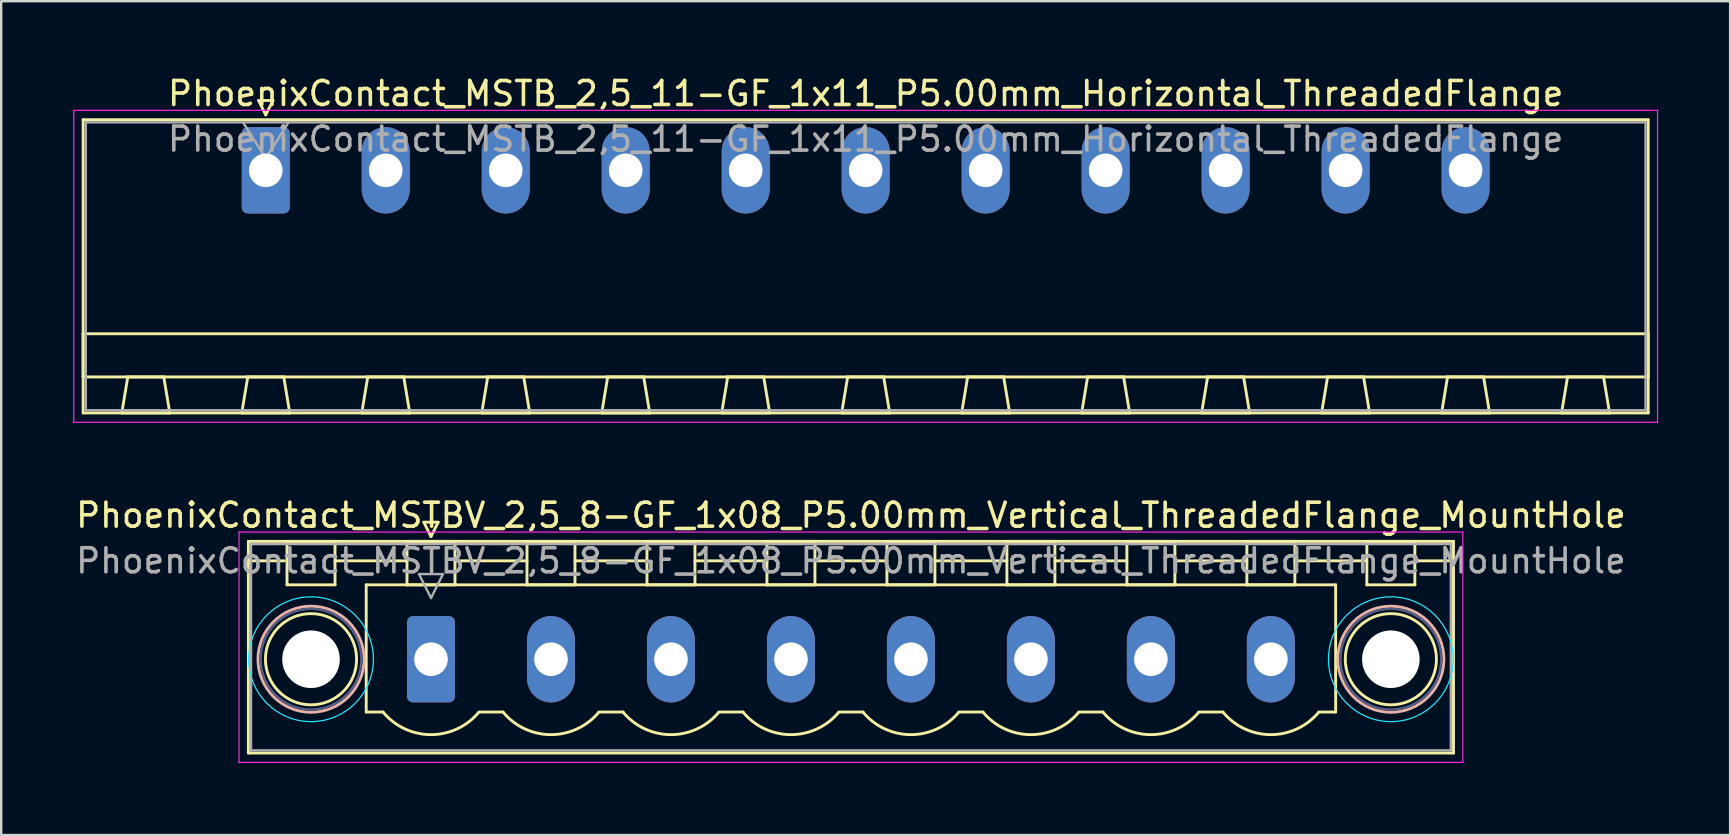
<source format=kicad_pcb>
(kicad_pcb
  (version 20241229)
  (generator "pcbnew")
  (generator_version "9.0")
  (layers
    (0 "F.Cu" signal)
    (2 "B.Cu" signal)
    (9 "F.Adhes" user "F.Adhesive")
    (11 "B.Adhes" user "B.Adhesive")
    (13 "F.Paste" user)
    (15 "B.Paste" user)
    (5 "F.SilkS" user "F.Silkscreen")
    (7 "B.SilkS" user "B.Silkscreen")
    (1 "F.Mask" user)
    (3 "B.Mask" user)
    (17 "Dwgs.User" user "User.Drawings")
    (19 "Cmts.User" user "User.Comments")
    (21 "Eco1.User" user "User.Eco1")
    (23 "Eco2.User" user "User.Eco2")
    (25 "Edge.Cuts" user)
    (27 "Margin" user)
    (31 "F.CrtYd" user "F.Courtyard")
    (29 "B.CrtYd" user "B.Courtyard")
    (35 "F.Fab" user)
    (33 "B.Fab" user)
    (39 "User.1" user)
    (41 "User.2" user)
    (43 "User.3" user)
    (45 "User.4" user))
  (footprint "PhoenixContact_MSTBV_2,5_8-GF_1x08_P5.00mm_Vertical_ThreadedFlange_MountHole"
    (layer "F.Cu")
    (at 14.911 24.422)
    (property "Reference" "PhoenixContact_MSTBV_2,5_8-GF_1x08_P5.00mm_Vertical_ThreadedFlange_MountHole" (at 17.5 -6 0) (layer "F.SilkS") (effects (font (size 1 1) (thickness 0.15))))
    (attr through_hole)
    (fp_line (start -7.61 -4.91) (end -7.61 3.91) (stroke (width 0.12) (type solid)) (layer "F.SilkS"))
    (fp_line (start -7.61 -4.1) (end -6.11 -4.1) (stroke (width 0.12) (type solid)) (layer "F.SilkS"))
    (fp_line (start -7.61 3.91) (end 42.61 3.91) (stroke (width 0.12) (type solid)) (layer "F.SilkS"))
    (fp_line (start -6 -4.91) (end -4 -4.91) (stroke (width 0.12) (type solid)) (layer "F.SilkS"))
    (fp_line (start -6 -3.1) (end -6 -4.91) (stroke (width 0.12) (type solid)) (layer "F.SilkS"))
    (fp_line (start -4 -4.91) (end -4 -3.1) (stroke (width 0.12) (type solid)) (layer "F.SilkS"))
    (fp_line (start -4 -4.1) (end -1 -4.1) (stroke (width 0.12) (type solid)) (layer "F.SilkS"))
    (fp_line (start -4 -3.1) (end -6 -3.1) (stroke (width 0.12) (type solid)) (layer "F.SilkS"))
    (fp_line (start -2.7 -3.1) (end 37.7 -3.1) (stroke (width 0.12) (type solid)) (layer "F.SilkS"))
    (fp_line (start -2.7 2.2) (end -2.7 -3.1) (stroke (width 0.12) (type solid)) (layer "F.SilkS"))
    (fp_line (start -2 2.2) (end -2.7 2.2) (stroke (width 0.12) (type solid)) (layer "F.SilkS"))
    (fp_line (start -1 -4.91) (end 1 -4.91) (stroke (width 0.12) (type solid)) (layer "F.SilkS"))
    (fp_line (start -1 -3.1) (end -1 -4.91) (stroke (width 0.12) (type solid)) (layer "F.SilkS"))
    (fp_line (start -0.3 -5.71) (end 0.3 -5.71) (stroke (width 0.12) (type solid)) (layer "F.SilkS"))
    (fp_line (start 0 -5.11) (end -0.3 -5.71) (stroke (width 0.12) (type solid)) (layer "F.SilkS"))
    (fp_line (start 0.3 -5.71) (end 0 -5.11) (stroke (width 0.12) (type solid)) (layer "F.SilkS"))
    (fp_line (start 1 -4.91) (end 1 -3.1) (stroke (width 0.12) (type solid)) (layer "F.SilkS"))
    (fp_line (start 1 -4.1) (end 4 -4.1) (stroke (width 0.12) (type solid)) (layer "F.SilkS"))
    (fp_line (start 1 -3.1) (end -1 -3.1) (stroke (width 0.12) (type solid)) (layer "F.SilkS"))
    (fp_line (start 2 2.2) (end 3 2.2) (stroke (width 0.12) (type solid)) (layer "F.SilkS"))
    (fp_line (start 4 -4.91) (end 6 -4.91) (stroke (width 0.12) (type solid)) (layer "F.SilkS"))
    (fp_line (start 4 -3.1) (end 4 -4.91) (stroke (width 0.12) (type solid)) (layer "F.SilkS"))
    (fp_line (start 6 -4.91) (end 6 -3.1) (stroke (width 0.12) (type solid)) (layer "F.SilkS"))
    (fp_line (start 6 -4.1) (end 9 -4.1) (stroke (width 0.12) (type solid)) (layer "F.SilkS"))
    (fp_line (start 6 -3.1) (end 4 -3.1) (stroke (width 0.12) (type solid)) (layer "F.SilkS"))
    (fp_line (start 7 2.2) (end 8 2.2) (stroke (width 0.12) (type solid)) (layer "F.SilkS"))
    (fp_line (start 9 -4.91) (end 11 -4.91) (stroke (width 0.12) (type solid)) (layer "F.SilkS"))
    (fp_line (start 9 -3.1) (end 9 -4.91) (stroke (width 0.12) (type solid)) (layer "F.SilkS"))
    (fp_line (start 11 -4.91) (end 11 -3.1) (stroke (width 0.12) (type solid)) (layer "F.SilkS"))
    (fp_line (start 11 -4.1) (end 14 -4.1) (stroke (width 0.12) (type solid)) (layer "F.SilkS"))
    (fp_line (start 11 -3.1) (end 9 -3.1) (stroke (width 0.12) (type solid)) (layer "F.SilkS"))
    (fp_line (start 12 2.2) (end 13 2.2) (stroke (width 0.12) (type solid)) (layer "F.SilkS"))
    (fp_line (start 14 -4.91) (end 16 -4.91) (stroke (width 0.12) (type solid)) (layer "F.SilkS"))
    (fp_line (start 14 -3.1) (end 14 -4.91) (stroke (width 0.12) (type solid)) (layer "F.SilkS"))
    (fp_line (start 16 -4.91) (end 16 -3.1) (stroke (width 0.12) (type solid)) (layer "F.SilkS"))
    (fp_line (start 16 -4.1) (end 19 -4.1) (stroke (width 0.12) (type solid)) (layer "F.SilkS"))
    (fp_line (start 16 -3.1) (end 14 -3.1) (stroke (width 0.12) (type solid)) (layer "F.SilkS"))
    (fp_line (start 17 2.2) (end 18 2.2) (stroke (width 0.12) (type solid)) (layer "F.SilkS"))
    (fp_line (start 19 -4.91) (end 21 -4.91) (stroke (width 0.12) (type solid)) (layer "F.SilkS"))
    (fp_line (start 19 -3.1) (end 19 -4.91) (stroke (width 0.12) (type solid)) (layer "F.SilkS"))
    (fp_line (start 21 -4.91) (end 21 -3.1) (stroke (width 0.12) (type solid)) (layer "F.SilkS"))
    (fp_line (start 21 -4.1) (end 24 -4.1) (stroke (width 0.12) (type solid)) (layer "F.SilkS"))
    (fp_line (start 21 -3.1) (end 19 -3.1) (stroke (width 0.12) (type solid)) (layer "F.SilkS"))
    (fp_line (start 22 2.2) (end 23 2.2) (stroke (width 0.12) (type solid)) (layer "F.SilkS"))
    (fp_line (start 24 -4.91) (end 26 -4.91) (stroke (width 0.12) (type solid)) (layer "F.SilkS"))
    (fp_line (start 24 -3.1) (end 24 -4.91) (stroke (width 0.12) (type solid)) (layer "F.SilkS"))
    (fp_line (start 26 -4.91) (end 26 -3.1) (stroke (width 0.12) (type solid)) (layer "F.SilkS"))
    (fp_line (start 26 -4.1) (end 29 -4.1) (stroke (width 0.12) (type solid)) (layer "F.SilkS"))
    (fp_line (start 26 -3.1) (end 24 -3.1) (stroke (width 0.12) (type solid)) (layer "F.SilkS"))
    (fp_line (start 27 2.2) (end 28 2.2) (stroke (width 0.12) (type solid)) (layer "F.SilkS"))
    (fp_line (start 29 -4.91) (end 31 -4.91) (stroke (width 0.12) (type solid)) (layer "F.SilkS"))
    (fp_line (start 29 -3.1) (end 29 -4.91) (stroke (width 0.12) (type solid)) (layer "F.SilkS"))
    (fp_line (start 31 -4.91) (end 31 -3.1) (stroke (width 0.12) (type solid)) (layer "F.SilkS"))
    (fp_line (start 31 -4.1) (end 34 -4.1) (stroke (width 0.12) (type solid)) (layer "F.SilkS"))
    (fp_line (start 31 -3.1) (end 29 -3.1) (stroke (width 0.12) (type solid)) (layer "F.SilkS"))
    (fp_line (start 32 2.2) (end 33 2.2) (stroke (width 0.12) (type solid)) (layer "F.SilkS"))
    (fp_line (start 34 -4.91) (end 36 -4.91) (stroke (width 0.12) (type solid)) (layer "F.SilkS"))
    (fp_line (start 34 -3.1) (end 34 -4.91) (stroke (width 0.12) (type solid)) (layer "F.SilkS"))
    (fp_line (start 36 -4.91) (end 36 -3.1) (stroke (width 0.12) (type solid)) (layer "F.SilkS"))
    (fp_line (start 36 -4.1) (end 39 -4.1) (stroke (width 0.12) (type solid)) (layer "F.SilkS"))
    (fp_line (start 36 -3.1) (end 34 -3.1) (stroke (width 0.12) (type solid)) (layer "F.SilkS"))
    (fp_line (start 37.7 -3.1) (end 37.7 2.2) (stroke (width 0.12) (type solid)) (layer "F.SilkS"))
    (fp_line (start 37.7 2.2) (end 37 2.2) (stroke (width 0.12) (type solid)) (layer "F.SilkS"))
    (fp_line (start 39 -4.91) (end 41 -4.91) (stroke (width 0.12) (type solid)) (layer "F.SilkS"))
    (fp_line (start 39 -3.1) (end 39 -4.91) (stroke (width 0.12) (type solid)) (layer "F.SilkS"))
    (fp_line (start 41 -4.91) (end 41 -3.1) (stroke (width 0.12) (type solid)) (layer "F.SilkS"))
    (fp_line (start 41 -3.1) (end 39 -3.1) (stroke (width 0.12) (type solid)) (layer "F.SilkS"))
    (fp_line (start 42.61 -4.91) (end -7.61 -4.91) (stroke (width 0.12) (type solid)) (layer "F.SilkS"))
    (fp_line (start 42.61 -4.1) (end 41.11 -4.1) (stroke (width 0.12) (type solid)) (layer "F.SilkS"))
    (fp_line (start 42.61 3.91) (end 42.61 -4.91) (stroke (width 0.12) (type solid)) (layer "F.SilkS"))
    (fp_arc (start 1.986842 2.215821) (mid -0.010289 3.142758) (end -2 2.2) (stroke (width 0.12) (type solid)) (layer "F.SilkS"))
    (fp_arc (start 6.986842 2.215821) (mid 4.989711 3.142758) (end 3 2.2) (stroke (width 0.12) (type solid)) (layer "F.SilkS"))
    (fp_arc (start 11.986842 2.215821) (mid 9.989711 3.142758) (end 8 2.2) (stroke (width 0.12) (type solid)) (layer "F.SilkS"))
    (fp_arc (start 16.986842 2.215821) (mid 14.989711 3.142758) (end 13 2.2) (stroke (width 0.12) (type solid)) (layer "F.SilkS"))
    (fp_arc (start 21.986842 2.215821) (mid 19.989711 3.142758) (end 18 2.2) (stroke (width 0.12) (type solid)) (layer "F.SilkS"))
    (fp_arc (start 26.986842 2.215821) (mid 24.989711 3.142758) (end 23 2.2) (stroke (width 0.12) (type solid)) (layer "F.SilkS"))
    (fp_arc (start 31.986842 2.215821) (mid 29.989711 3.142758) (end 28 2.2) (stroke (width 0.12) (type solid)) (layer "F.SilkS"))
    (fp_arc (start 36.986842 2.215821) (mid 34.989711 3.142758) (end 33 2.2) (stroke (width 0.12) (type solid)) (layer "F.SilkS"))
    (fp_circle (center -5 0) (end -3.1 0) (stroke (width 0.12) (type solid)) (fill no) (layer "F.SilkS"))
    (fp_circle (center 40 0) (end 41.9 0) (stroke (width 0.12) (type solid)) (fill no) (layer "F.SilkS"))
    (fp_circle (center -5 0) (end -2.79 0) (stroke (width 0.12) (type solid)) (fill no) (layer "B.SilkS"))
    (fp_circle (center 40 0) (end 42.21 0) (stroke (width 0.12) (type solid)) (fill no) (layer "B.SilkS"))
    (fp_circle (center -5 0) (end -2.4 0) (stroke (width 0.05) (type solid)) (fill no) (layer "B.CrtYd"))
    (fp_circle (center 40 0) (end 42.6 0) (stroke (width 0.05) (type solid)) (fill no) (layer "B.CrtYd"))
    (fp_line (start -8 -5.3) (end -8 4.3) (stroke (width 0.05) (type solid)) (layer "F.CrtYd"))
    (fp_line (start -8 4.3) (end 43 4.3) (stroke (width 0.05) (type solid)) (layer "F.CrtYd"))
    (fp_line (start 43 -5.3) (end -8 -5.3) (stroke (width 0.05) (type solid)) (layer "F.CrtYd"))
    (fp_line (start 43 4.3) (end 43 -5.3) (stroke (width 0.05) (type solid)) (layer "F.CrtYd"))
    (fp_circle (center -5 0) (end -2.9 0) (stroke (width 0.1) (type solid)) (fill no) (layer "B.Fab"))
    (fp_circle (center 40 0) (end 42.1 0) (stroke (width 0.1) (type solid)) (fill no) (layer "B.Fab"))
    (fp_line (start -7.5 -4.8) (end -7.5 3.8) (stroke (width 0.1) (type solid)) (layer "F.Fab"))
    (fp_line (start -7.5 3.8) (end 42.5 3.8) (stroke (width 0.1) (type solid)) (layer "F.Fab"))
    (fp_line (start -0.5 -3.55) (end 0.5 -3.55) (stroke (width 0.1) (type solid)) (layer "F.Fab"))
    (fp_line (start 0 -2.55) (end -0.5 -3.55) (stroke (width 0.1) (type solid)) (layer "F.Fab"))
    (fp_line (start 0.5 -3.55) (end 0 -2.55) (stroke (width 0.1) (type solid)) (layer "F.Fab"))
    (fp_line (start 42.5 -4.8) (end -7.5 -4.8) (stroke (width 0.1) (type solid)) (layer "F.Fab"))
    (fp_line (start 42.5 3.8) (end 42.5 -4.8) (stroke (width 0.1) (type solid)) (layer "F.Fab"))
    (fp_text user "${REFERENCE}" (at 17.5 -4.1 0) (layer "F.Fab") (effects (font (size 1 1) (thickness 0.15))))
    (pad "" np_thru_hole circle (at -5 0) (size 2.4 2.4) (drill 2.4) (layers "*.Cu" "*.Mask"))
    (pad "" np_thru_hole circle (at 40 0) (size 2.4 2.4) (drill 2.4) (layers "*.Cu" "*.Mask"))
    (pad "1" thru_hole roundrect (at 0 0) (size 2 3.6) (drill 1.4) (layers "*.Cu" "*.Mask") (roundrect_rratio 0.125))
    (pad "2" thru_hole oval (at 5 0) (size 2 3.6) (drill 1.4) (layers "*.Cu" "*.Mask"))
    (pad "3" thru_hole oval (at 10 0) (size 2 3.6) (drill 1.4) (layers "*.Cu" "*.Mask"))
    (pad "4" thru_hole oval (at 15 0) (size 2 3.6) (drill 1.4) (layers "*.Cu" "*.Mask"))
    (pad "5" thru_hole oval (at 20 0) (size 2 3.6) (drill 1.4) (layers "*.Cu" "*.Mask"))
    (pad "6" thru_hole oval (at 25 0) (size 2 3.6) (drill 1.4) (layers "*.Cu" "*.Mask"))
    (pad "7" thru_hole oval (at 30 0) (size 2 3.6) (drill 1.4) (layers "*.Cu" "*.Mask"))
    (pad "8" thru_hole oval (at 35 0) (size 2 3.6) (drill 1.4) (layers "*.Cu" "*.Mask")))
  (footprint "PhoenixContact_MSTB_2,5_11-GF_1x11_P5.00mm_Horizontal_ThreadedFlange"
    (layer "F.Cu")
    (at 8.025 4.048)
    (property "Reference" "PhoenixContact_MSTB_2,5_11-GF_1x11_P5.00mm_Horizontal_ThreadedFlange" (at 25 -3.2 0) (layer "F.SilkS") (effects (font (size 1 1) (thickness 0.15))))
    (attr through_hole)
    (fp_line (start -7.61 -2.11) (end -7.61 10.11) (stroke (width 0.12) (type solid)) (layer "F.SilkS"))
    (fp_line (start -7.61 6.81) (end 57.61 6.81) (stroke (width 0.12) (type solid)) (layer "F.SilkS"))
    (fp_line (start -7.61 8.61) (end -7.61 6.81) (stroke (width 0.12) (type solid)) (layer "F.SilkS"))
    (fp_line (start -7.61 10.11) (end 57.61 10.11) (stroke (width 0.12) (type solid)) (layer "F.SilkS"))
    (fp_line (start -6 10.11) (end -4 10.11) (stroke (width 0.12) (type solid)) (layer "F.SilkS"))
    (fp_line (start -5.75 8.61) (end -6 10.11) (stroke (width 0.12) (type solid)) (layer "F.SilkS"))
    (fp_line (start -4.25 8.61) (end -5.75 8.61) (stroke (width 0.12) (type solid)) (layer "F.SilkS"))
    (fp_line (start -4 10.11) (end -4.25 8.61) (stroke (width 0.12) (type solid)) (layer "F.SilkS"))
    (fp_line (start -1 10.11) (end 1 10.11) (stroke (width 0.12) (type solid)) (layer "F.SilkS"))
    (fp_line (start -0.75 8.61) (end -1 10.11) (stroke (width 0.12) (type solid)) (layer "F.SilkS"))
    (fp_line (start -0.3 -2.91) (end 0.3 -2.91) (stroke (width 0.12) (type solid)) (layer "F.SilkS"))
    (fp_line (start 0 -2.31) (end -0.3 -2.91) (stroke (width 0.12) (type solid)) (layer "F.SilkS"))
    (fp_line (start 0.3 -2.91) (end 0 -2.31) (stroke (width 0.12) (type solid)) (layer "F.SilkS"))
    (fp_line (start 0.75 8.61) (end -0.75 8.61) (stroke (width 0.12) (type solid)) (layer "F.SilkS"))
    (fp_line (start 1 10.11) (end 0.75 8.61) (stroke (width 0.12) (type solid)) (layer "F.SilkS"))
    (fp_line (start 4 10.11) (end 6 10.11) (stroke (width 0.12) (type solid)) (layer "F.SilkS"))
    (fp_line (start 4.25 8.61) (end 4 10.11) (stroke (width 0.12) (type solid)) (layer "F.SilkS"))
    (fp_line (start 5.75 8.61) (end 4.25 8.61) (stroke (width 0.12) (type solid)) (layer "F.SilkS"))
    (fp_line (start 6 10.11) (end 5.75 8.61) (stroke (width 0.12) (type solid)) (layer "F.SilkS"))
    (fp_line (start 9 10.11) (end 11 10.11) (stroke (width 0.12) (type solid)) (layer "F.SilkS"))
    (fp_line (start 9.25 8.61) (end 9 10.11) (stroke (width 0.12) (type solid)) (layer "F.SilkS"))
    (fp_line (start 10.75 8.61) (end 9.25 8.61) (stroke (width 0.12) (type solid)) (layer "F.SilkS"))
    (fp_line (start 11 10.11) (end 10.75 8.61) (stroke (width 0.12) (type solid)) (layer "F.SilkS"))
    (fp_line (start 14 10.11) (end 16 10.11) (stroke (width 0.12) (type solid)) (layer "F.SilkS"))
    (fp_line (start 14.25 8.61) (end 14 10.11) (stroke (width 0.12) (type solid)) (layer "F.SilkS"))
    (fp_line (start 15.75 8.61) (end 14.25 8.61) (stroke (width 0.12) (type solid)) (layer "F.SilkS"))
    (fp_line (start 16 10.11) (end 15.75 8.61) (stroke (width 0.12) (type solid)) (layer "F.SilkS"))
    (fp_line (start 19 10.11) (end 21 10.11) (stroke (width 0.12) (type solid)) (layer "F.SilkS"))
    (fp_line (start 19.25 8.61) (end 19 10.11) (stroke (width 0.12) (type solid)) (layer "F.SilkS"))
    (fp_line (start 20.75 8.61) (end 19.25 8.61) (stroke (width 0.12) (type solid)) (layer "F.SilkS"))
    (fp_line (start 21 10.11) (end 20.75 8.61) (stroke (width 0.12) (type solid)) (layer "F.SilkS"))
    (fp_line (start 24 10.11) (end 26 10.11) (stroke (width 0.12) (type solid)) (layer "F.SilkS"))
    (fp_line (start 24.25 8.61) (end 24 10.11) (stroke (width 0.12) (type solid)) (layer "F.SilkS"))
    (fp_line (start 25.75 8.61) (end 24.25 8.61) (stroke (width 0.12) (type solid)) (layer "F.SilkS"))
    (fp_line (start 26 10.11) (end 25.75 8.61) (stroke (width 0.12) (type solid)) (layer "F.SilkS"))
    (fp_line (start 29 10.11) (end 31 10.11) (stroke (width 0.12) (type solid)) (layer "F.SilkS"))
    (fp_line (start 29.25 8.61) (end 29 10.11) (stroke (width 0.12) (type solid)) (layer "F.SilkS"))
    (fp_line (start 30.75 8.61) (end 29.25 8.61) (stroke (width 0.12) (type solid)) (layer "F.SilkS"))
    (fp_line (start 31 10.11) (end 30.75 8.61) (stroke (width 0.12) (type solid)) (layer "F.SilkS"))
    (fp_line (start 34 10.11) (end 36 10.11) (stroke (width 0.12) (type solid)) (layer "F.SilkS"))
    (fp_line (start 34.25 8.61) (end 34 10.11) (stroke (width 0.12) (type solid)) (layer "F.SilkS"))
    (fp_line (start 35.75 8.61) (end 34.25 8.61) (stroke (width 0.12) (type solid)) (layer "F.SilkS"))
    (fp_line (start 36 10.11) (end 35.75 8.61) (stroke (width 0.12) (type solid)) (layer "F.SilkS"))
    (fp_line (start 39 10.11) (end 41 10.11) (stroke (width 0.12) (type solid)) (layer "F.SilkS"))
    (fp_line (start 39.25 8.61) (end 39 10.11) (stroke (width 0.12) (type solid)) (layer "F.SilkS"))
    (fp_line (start 40.75 8.61) (end 39.25 8.61) (stroke (width 0.12) (type solid)) (layer "F.SilkS"))
    (fp_line (start 41 10.11) (end 40.75 8.61) (stroke (width 0.12) (type solid)) (layer "F.SilkS"))
    (fp_line (start 44 10.11) (end 46 10.11) (stroke (width 0.12) (type solid)) (layer "F.SilkS"))
    (fp_line (start 44.25 8.61) (end 44 10.11) (stroke (width 0.12) (type solid)) (layer "F.SilkS"))
    (fp_line (start 45.75 8.61) (end 44.25 8.61) (stroke (width 0.12) (type solid)) (layer "F.SilkS"))
    (fp_line (start 46 10.11) (end 45.75 8.61) (stroke (width 0.12) (type solid)) (layer "F.SilkS"))
    (fp_line (start 49 10.11) (end 51 10.11) (stroke (width 0.12) (type solid)) (layer "F.SilkS"))
    (fp_line (start 49.25 8.61) (end 49 10.11) (stroke (width 0.12) (type solid)) (layer "F.SilkS"))
    (fp_line (start 50.75 8.61) (end 49.25 8.61) (stroke (width 0.12) (type solid)) (layer "F.SilkS"))
    (fp_line (start 51 10.11) (end 50.75 8.61) (stroke (width 0.12) (type solid)) (layer "F.SilkS"))
    (fp_line (start 54 10.11) (end 56 10.11) (stroke (width 0.12) (type solid)) (layer "F.SilkS"))
    (fp_line (start 54.25 8.61) (end 54 10.11) (stroke (width 0.12) (type solid)) (layer "F.SilkS"))
    (fp_line (start 55.75 8.61) (end 54.25 8.61) (stroke (width 0.12) (type solid)) (layer "F.SilkS"))
    (fp_line (start 56 10.11) (end 55.75 8.61) (stroke (width 0.12) (type solid)) (layer "F.SilkS"))
    (fp_line (start 57.61 -2.11) (end -7.61 -2.11) (stroke (width 0.12) (type solid)) (layer "F.SilkS"))
    (fp_line (start 57.61 6.81) (end 57.61 8.61) (stroke (width 0.12) (type solid)) (layer "F.SilkS"))
    (fp_line (start 57.61 8.61) (end -7.61 8.61) (stroke (width 0.12) (type solid)) (layer "F.SilkS"))
    (fp_line (start 57.61 10.11) (end 57.61 -2.11) (stroke (width 0.12) (type solid)) (layer "F.SilkS"))
    (fp_line (start -8 -2.5) (end -8 10.5) (stroke (width 0.05) (type solid)) (layer "F.CrtYd"))
    (fp_line (start -8 10.5) (end 58 10.5) (stroke (width 0.05) (type solid)) (layer "F.CrtYd"))
    (fp_line (start 58 -2.5) (end -8 -2.5) (stroke (width 0.05) (type solid)) (layer "F.CrtYd"))
    (fp_line (start 58 10.5) (end 58 -2.5) (stroke (width 0.05) (type solid)) (layer "F.CrtYd"))
    (fp_line (start -7.5 -2) (end -7.5 10) (stroke (width 0.1) (type solid)) (layer "F.Fab"))
    (fp_line (start -7.5 10) (end 57.5 10) (stroke (width 0.1) (type solid)) (layer "F.Fab"))
    (fp_line (start 0 -0.5) (end -0.95 -2) (stroke (width 0.1) (type solid)) (layer "F.Fab"))
    (fp_line (start 0.95 -2) (end 0 -0.5) (stroke (width 0.1) (type solid)) (layer "F.Fab"))
    (fp_line (start 57.5 -2) (end -7.5 -2) (stroke (width 0.1) (type solid)) (layer "F.Fab"))
    (fp_line (start 57.5 10) (end 57.5 -2) (stroke (width 0.1) (type solid)) (layer "F.Fab"))
    (fp_text user "${REFERENCE}" (at 25 -1.3 0) (layer "F.Fab") (effects (font (size 1 1) (thickness 0.15))))
    (pad "1" thru_hole roundrect (at 0 0) (size 2 3.6) (drill 1.4) (layers "*.Cu" "*.Mask") (roundrect_rratio 0.125))
    (pad "2" thru_hole oval (at 5 0) (size 2 3.6) (drill 1.4) (layers "*.Cu" "*.Mask"))
    (pad "3" thru_hole oval (at 10 0) (size 2 3.6) (drill 1.4) (layers "*.Cu" "*.Mask"))
    (pad "4" thru_hole oval (at 15 0) (size 2 3.6) (drill 1.4) (layers "*.Cu" "*.Mask"))
    (pad "5" thru_hole oval (at 20 0) (size 2 3.6) (drill 1.4) (layers "*.Cu" "*.Mask"))
    (pad "6" thru_hole oval (at 25 0) (size 2 3.6) (drill 1.4) (layers "*.Cu" "*.Mask"))
    (pad "7" thru_hole oval (at 30 0) (size 2 3.6) (drill 1.4) (layers "*.Cu" "*.Mask"))
    (pad "8" thru_hole oval (at 35 0) (size 2 3.6) (drill 1.4) (layers "*.Cu" "*.Mask"))
    (pad "9" thru_hole oval (at 40 0) (size 2 3.6) (drill 1.4) (layers "*.Cu" "*.Mask"))
    (pad "10" thru_hole oval (at 45 0) (size 2 3.6) (drill 1.4) (layers "*.Cu" "*.Mask"))
    (pad "11" thru_hole oval (at 50 0) (size 2 3.6) (drill 1.4) (layers "*.Cu" "*.Mask")))
  (gr_rect
    (start -3 -3)
    (end 69.05 31.747)
    (stroke (width 0.1) (type default))
    (fill no)
    (layer "Edge.Cuts")))
</source>
